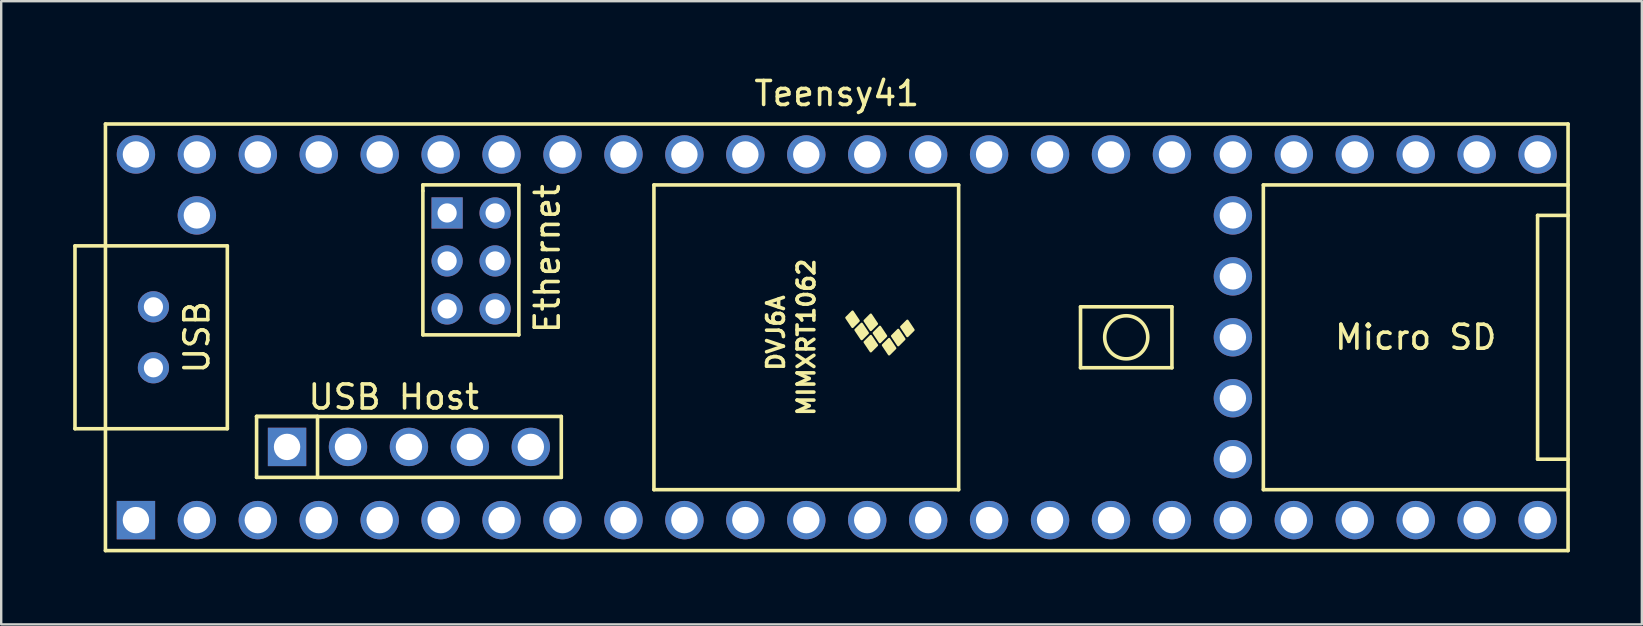
<source format=kicad_pcb>
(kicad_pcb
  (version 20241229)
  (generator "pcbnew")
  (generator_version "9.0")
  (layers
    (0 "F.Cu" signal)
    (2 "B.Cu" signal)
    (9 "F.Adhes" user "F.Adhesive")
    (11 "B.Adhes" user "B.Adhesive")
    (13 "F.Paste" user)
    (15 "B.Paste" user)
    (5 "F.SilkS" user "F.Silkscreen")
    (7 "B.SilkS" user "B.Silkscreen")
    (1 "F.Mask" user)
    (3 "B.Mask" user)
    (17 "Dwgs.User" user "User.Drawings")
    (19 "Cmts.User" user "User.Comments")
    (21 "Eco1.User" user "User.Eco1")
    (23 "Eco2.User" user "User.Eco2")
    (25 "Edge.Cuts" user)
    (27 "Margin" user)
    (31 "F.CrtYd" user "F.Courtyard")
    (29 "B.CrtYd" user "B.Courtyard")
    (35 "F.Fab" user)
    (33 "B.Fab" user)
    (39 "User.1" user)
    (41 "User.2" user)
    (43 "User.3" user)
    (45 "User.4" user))
  (footprint "Teensy41"
    (layer "F.Cu")
    (at 31.825 11.008)
    (property "Reference" "Teensy41" (at 0 -10.16 0) (layer "F.SilkS") (effects (font (size 1 1) (thickness 0.15))))
    (attr through_hole)
    (fp_line (start -31.75 -3.81) (end -30.48 -3.81) (stroke (width 0.15) (type solid)) (layer "F.SilkS"))
    (fp_line (start -31.75 3.81) (end -31.75 -3.81) (stroke (width 0.15) (type solid)) (layer "F.SilkS"))
    (fp_line (start -30.48 -8.89) (end 30.48 -8.89) (stroke (width 0.15) (type solid)) (layer "F.SilkS"))
    (fp_line (start -30.48 3.81) (end -31.75 3.81) (stroke (width 0.15) (type solid)) (layer "F.SilkS"))
    (fp_line (start -30.48 8.89) (end -30.48 -8.89) (stroke (width 0.15) (type solid)) (layer "F.SilkS"))
    (fp_line (start -25.4 -3.81) (end -30.48 -3.81) (stroke (width 0.15) (type solid)) (layer "F.SilkS"))
    (fp_line (start -25.4 3.81) (end -30.48 3.81) (stroke (width 0.15) (type solid)) (layer "F.SilkS"))
    (fp_line (start -25.4 3.81) (end -25.4 -3.81) (stroke (width 0.15) (type solid)) (layer "F.SilkS"))
    (fp_line (start -24.181 3.299) (end -21.641 3.299) (stroke (width 0.15) (type solid)) (layer "F.SilkS"))
    (fp_line (start -24.181 3.299) (end -11.481 3.299) (stroke (width 0.15) (type solid)) (layer "F.SilkS"))
    (fp_line (start -24.181 5.839) (end -24.181 3.299) (stroke (width 0.15) (type solid)) (layer "F.SilkS"))
    (fp_line (start -21.641 3.299) (end -21.641 5.839) (stroke (width 0.15) (type solid)) (layer "F.SilkS"))
    (fp_line (start -17.25 -6.352) (end -17.25 -6.102) (stroke (width 0.15) (type solid)) (layer "F.SilkS"))
    (fp_line (start -17.25 -6.102) (end -17.25 -0.102) (stroke (width 0.15) (type solid)) (layer "F.SilkS"))
    (fp_line (start -17.25 -0.102) (end -13.25 -0.102) (stroke (width 0.15) (type solid)) (layer "F.SilkS"))
    (fp_line (start -13.25 -6.352) (end -17.25 -6.352) (stroke (width 0.15) (type solid)) (layer "F.SilkS"))
    (fp_line (start -13.25 -0.102) (end -13.25 -6.352) (stroke (width 0.15) (type solid)) (layer "F.SilkS"))
    (fp_line (start -11.481 3.299) (end -11.481 5.839) (stroke (width 0.15) (type solid)) (layer "F.SilkS"))
    (fp_line (start -11.481 5.839) (end -24.181 5.839) (stroke (width 0.15) (type solid)) (layer "F.SilkS"))
    (fp_line (start -7.62 -6.35) (end -7.62 6.35) (stroke (width 0.15) (type solid)) (layer "F.SilkS"))
    (fp_line (start -7.62 6.35) (end 5.08 6.35) (stroke (width 0.15) (type solid)) (layer "F.SilkS"))
    (fp_line (start 5.08 -6.35) (end -7.62 -6.35) (stroke (width 0.15) (type solid)) (layer "F.SilkS"))
    (fp_line (start 5.08 6.35) (end 5.08 -6.35) (stroke (width 0.15) (type solid)) (layer "F.SilkS"))
    (fp_line (start 10.16 -1.27) (end 13.97 -1.27) (stroke (width 0.15) (type solid)) (layer "F.SilkS"))
    (fp_line (start 10.16 1.27) (end 10.16 -1.27) (stroke (width 0.15) (type solid)) (layer "F.SilkS"))
    (fp_line (start 13.97 -1.27) (end 13.97 1.27) (stroke (width 0.15) (type solid)) (layer "F.SilkS"))
    (fp_line (start 13.97 1.27) (end 10.16 1.27) (stroke (width 0.15) (type solid)) (layer "F.SilkS"))
    (fp_line (start 17.78 -6.35) (end 17.78 6.35) (stroke (width 0.15) (type solid)) (layer "F.SilkS"))
    (fp_line (start 17.78 6.35) (end 30.48 6.35) (stroke (width 0.15) (type solid)) (layer "F.SilkS"))
    (fp_line (start 29.21 -5.08) (end 29.21 5.08) (stroke (width 0.15) (type solid)) (layer "F.SilkS"))
    (fp_line (start 29.21 5.08) (end 30.48 5.08) (stroke (width 0.15) (type solid)) (layer "F.SilkS"))
    (fp_line (start 30.48 -8.89) (end 30.48 8.89) (stroke (width 0.15) (type solid)) (layer "F.SilkS"))
    (fp_line (start 30.48 -6.35) (end 17.78 -6.35) (stroke (width 0.15) (type solid)) (layer "F.SilkS"))
    (fp_line (start 30.48 -5.08) (end 29.21 -5.08) (stroke (width 0.15) (type solid)) (layer "F.SilkS"))
    (fp_line (start 30.48 8.89) (end -30.48 8.89) (stroke (width 0.15) (type solid)) (layer "F.SilkS"))
    (fp_circle (center 12.065 0) (end 12.7 -0.635) (stroke (width 0.15) (type solid)) (fill no) (layer "F.SilkS"))
    (fp_poly (pts (xy 0.911 -0.688) (xy 0.657 -0.434) (xy 0.403 -0.815) (xy 0.657 -1.069)) (stroke (width 0.1) (type solid)) (fill yes) (layer "F.SilkS"))
    (fp_poly (pts (xy 1.292 -0.18) (xy 1.038 0.074) (xy 0.784 -0.307) (xy 1.038 -0.561)) (stroke (width 0.1) (type solid)) (fill yes) (layer "F.SilkS"))
    (fp_poly (pts (xy 1.673 -0.561) (xy 1.419 -0.307) (xy 1.165 -0.688) (xy 1.419 -0.942)) (stroke (width 0.1) (type solid)) (fill yes) (layer "F.SilkS"))
    (fp_poly (pts (xy 1.673 0.328) (xy 1.419 0.582) (xy 1.165 0.201) (xy 1.419 -0.053)) (stroke (width 0.1) (type solid)) (fill yes) (layer "F.SilkS"))
    (fp_poly (pts (xy 2.054 -0.053) (xy 1.8 0.201) (xy 1.546 -0.18) (xy 1.8 -0.434)) (stroke (width 0.1) (type solid)) (fill yes) (layer "F.SilkS"))
    (fp_poly (pts (xy 2.435 0.455) (xy 2.181 0.709) (xy 1.927 0.328) (xy 2.181 0.074)) (stroke (width 0.1) (type solid)) (fill yes) (layer "F.SilkS"))
    (fp_poly (pts (xy 2.816 0.074) (xy 2.562 0.328) (xy 2.308 -0.053) (xy 2.562 -0.307)) (stroke (width 0.1) (type solid)) (fill yes) (layer "F.SilkS"))
    (fp_poly (pts (xy 3.197 -0.307) (xy 2.943 -0.053) (xy 2.689 -0.434) (xy 2.943 -0.688)) (stroke (width 0.1) (type solid)) (fill yes) (layer "F.SilkS"))
    (fp_text user "Ethernet" (at -12.065 -3.277 90) (layer "F.SilkS") (effects (font (size 1 1) (thickness 0.15))))
    (fp_text user "USB" (at -26.67 0 270) (layer "F.SilkS") (effects (font (size 1 1) (thickness 0.15))))
    (fp_text user "Micro SD" (at 24.13 0 0) (layer "F.SilkS") (effects (font (size 1 1) (thickness 0.15))))
    (fp_text user "USB Host" (at -18.466 2.489 0) (layer "F.SilkS") (effects (font (size 1 1) (thickness 0.15))))
    (fp_text user "DVJ6A" (at -2.54 -0.18 270) (layer "F.SilkS") (effects (font (size 0.7 0.7) (thickness 0.15))))
    (fp_text user "MIMXRT1062" (at -1.27 0 270) (layer "F.SilkS") (effects (font (size 0.7 0.7) (thickness 0.15))))
    (pad "1" thru_hole rect (at -29.21 7.62) (size 1.6 1.6) (drill 1.1) (layers "*.Cu" "*.Mask"))
    (pad "2" thru_hole circle (at -26.67 7.62) (size 1.6 1.6) (drill 1.1) (layers "*.Cu" "*.Mask"))
    (pad "3" thru_hole circle (at -24.13 7.62) (size 1.6 1.6) (drill 1.1) (layers "*.Cu" "*.Mask"))
    (pad "4" thru_hole circle (at -21.59 7.62) (size 1.6 1.6) (drill 1.1) (layers "*.Cu" "*.Mask"))
    (pad "5" thru_hole circle (at -19.05 7.62) (size 1.6 1.6) (drill 1.1) (layers "*.Cu" "*.Mask"))
    (pad "6" thru_hole circle (at -16.51 7.62) (size 1.6 1.6) (drill 1.1) (layers "*.Cu" "*.Mask"))
    (pad "7" thru_hole circle (at -13.97 7.62) (size 1.6 1.6) (drill 1.1) (layers "*.Cu" "*.Mask"))
    (pad "8" thru_hole circle (at -11.43 7.62) (size 1.6 1.6) (drill 1.1) (layers "*.Cu" "*.Mask"))
    (pad "9" thru_hole circle (at -8.89 7.62) (size 1.6 1.6) (drill 1.1) (layers "*.Cu" "*.Mask"))
    (pad "10" thru_hole circle (at -6.35 7.62) (size 1.6 1.6) (drill 1.1) (layers "*.Cu" "*.Mask"))
    (pad "11" thru_hole circle (at -3.81 7.62) (size 1.6 1.6) (drill 1.1) (layers "*.Cu" "*.Mask"))
    (pad "12" thru_hole circle (at -1.27 7.62) (size 1.6 1.6) (drill 1.1) (layers "*.Cu" "*.Mask"))
    (pad "13" thru_hole circle (at 1.27 7.62) (size 1.6 1.6) (drill 1.1) (layers "*.Cu" "*.Mask"))
    (pad "14" thru_hole circle (at 3.81 7.62) (size 1.6 1.6) (drill 1.1) (layers "*.Cu" "*.Mask"))
    (pad "15" thru_hole circle (at 6.35 7.62) (size 1.6 1.6) (drill 1.1) (layers "*.Cu" "*.Mask"))
    (pad "16" thru_hole circle (at 8.89 7.62) (size 1.6 1.6) (drill 1.1) (layers "*.Cu" "*.Mask"))
    (pad "17" thru_hole circle (at 11.43 7.62) (size 1.6 1.6) (drill 1.1) (layers "*.Cu" "*.Mask"))
    (pad "18" thru_hole circle (at 13.97 7.62) (size 1.6 1.6) (drill 1.1) (layers "*.Cu" "*.Mask"))
    (pad "19" thru_hole circle (at 16.51 7.62) (size 1.6 1.6) (drill 1.1) (layers "*.Cu" "*.Mask"))
    (pad "20" thru_hole circle (at 19.05 7.62) (size 1.6 1.6) (drill 1.1) (layers "*.Cu" "*.Mask"))
    (pad "21" thru_hole circle (at 21.59 7.62) (size 1.6 1.6) (drill 1.1) (layers "*.Cu" "*.Mask"))
    (pad "22" thru_hole circle (at 24.13 7.62) (size 1.6 1.6) (drill 1.1) (layers "*.Cu" "*.Mask"))
    (pad "23" thru_hole circle (at 26.67 7.62) (size 1.6 1.6) (drill 1.1) (layers "*.Cu" "*.Mask"))
    (pad "24" thru_hole circle (at 29.21 7.62) (size 1.6 1.6) (drill 1.1) (layers "*.Cu" "*.Mask"))
    (pad "25" thru_hole circle (at 29.21 -7.62) (size 1.6 1.6) (drill 1.1) (layers "*.Cu" "*.Mask"))
    (pad "26" thru_hole circle (at 26.67 -7.62) (size 1.6 1.6) (drill 1.1) (layers "*.Cu" "*.Mask"))
    (pad "27" thru_hole circle (at 24.13 -7.62) (size 1.6 1.6) (drill 1.1) (layers "*.Cu" "*.Mask"))
    (pad "28" thru_hole circle (at 21.59 -7.62) (size 1.6 1.6) (drill 1.1) (layers "*.Cu" "*.Mask"))
    (pad "29" thru_hole circle (at 19.05 -7.62) (size 1.6 1.6) (drill 1.1) (layers "*.Cu" "*.Mask"))
    (pad "30" thru_hole circle (at 16.51 -7.62) (size 1.6 1.6) (drill 1.1) (layers "*.Cu" "*.Mask"))
    (pad "31" thru_hole circle (at 13.97 -7.62) (size 1.6 1.6) (drill 1.1) (layers "*.Cu" "*.Mask"))
    (pad "32" thru_hole circle (at 11.43 -7.62) (size 1.6 1.6) (drill 1.1) (layers "*.Cu" "*.Mask"))
    (pad "33" thru_hole circle (at 8.89 -7.62) (size 1.6 1.6) (drill 1.1) (layers "*.Cu" "*.Mask"))
    (pad "34" thru_hole circle (at 6.35 -7.62) (size 1.6 1.6) (drill 1.1) (layers "*.Cu" "*.Mask"))
    (pad "35" thru_hole circle (at 3.81 -7.62) (size 1.6 1.6) (drill 1.1) (layers "*.Cu" "*.Mask"))
    (pad "36" thru_hole circle (at 1.27 -7.62) (size 1.6 1.6) (drill 1.1) (layers "*.Cu" "*.Mask"))
    (pad "37" thru_hole circle (at -1.27 -7.62) (size 1.6 1.6) (drill 1.1) (layers "*.Cu" "*.Mask"))
    (pad "38" thru_hole circle (at -3.81 -7.62) (size 1.6 1.6) (drill 1.1) (layers "*.Cu" "*.Mask"))
    (pad "39" thru_hole circle (at -6.35 -7.62) (size 1.6 1.6) (drill 1.1) (layers "*.Cu" "*.Mask"))
    (pad "40" thru_hole circle (at -8.89 -7.62) (size 1.6 1.6) (drill 1.1) (layers "*.Cu" "*.Mask"))
    (pad "41" thru_hole circle (at -11.43 -7.62) (size 1.6 1.6) (drill 1.1) (layers "*.Cu" "*.Mask"))
    (pad "42" thru_hole circle (at -13.97 -7.62) (size 1.6 1.6) (drill 1.1) (layers "*.Cu" "*.Mask"))
    (pad "43" thru_hole circle (at -16.51 -7.62) (size 1.6 1.6) (drill 1.1) (layers "*.Cu" "*.Mask"))
    (pad "44" thru_hole circle (at -19.05 -7.62) (size 1.6 1.6) (drill 1.1) (layers "*.Cu" "*.Mask"))
    (pad "45" thru_hole circle (at -21.59 -7.62) (size 1.6 1.6) (drill 1.1) (layers "*.Cu" "*.Mask"))
    (pad "46" thru_hole circle (at -24.13 -7.62) (size 1.6 1.6) (drill 1.1) (layers "*.Cu" "*.Mask"))
    (pad "47" thru_hole circle (at -26.67 -7.62) (size 1.6 1.6) (drill 1.1) (layers "*.Cu" "*.Mask"))
    (pad "48" thru_hole circle (at -29.21 -7.62) (size 1.6 1.6) (drill 1.1) (layers "*.Cu" "*.Mask"))
    (pad "49" thru_hole circle (at -26.67 -5.08) (size 1.6 1.6) (drill 1.1) (layers "*.Cu" "*.Mask"))
    (pad "50" thru_hole circle (at 16.51 5.08) (size 1.6 1.6) (drill 1.1) (layers "*.Cu" "*.Mask"))
    (pad "51" thru_hole circle (at 16.51 2.54) (size 1.6 1.6) (drill 1.1) (layers "*.Cu" "*.Mask"))
    (pad "52" thru_hole circle (at 16.51 0) (size 1.6 1.6) (drill 1.1) (layers "*.Cu" "*.Mask"))
    (pad "53" thru_hole circle (at 16.51 -2.54) (size 1.6 1.6) (drill 1.1) (layers "*.Cu" "*.Mask"))
    (pad "54" thru_hole circle (at 16.51 -5.08) (size 1.6 1.6) (drill 1.1) (layers "*.Cu" "*.Mask"))
    (pad "55" thru_hole rect (at -22.911 4.569) (size 1.6 1.6) (drill 1.1) (layers "*.Cu" "*.Mask"))
    (pad "56" thru_hole circle (at -20.371 4.569) (size 1.6 1.6) (drill 1.1) (layers "*.Cu" "*.Mask"))
    (pad "57" thru_hole circle (at -17.831 4.569) (size 1.6 1.6) (drill 1.1) (layers "*.Cu" "*.Mask"))
    (pad "58" thru_hole circle (at -15.291 4.569) (size 1.6 1.6) (drill 1.1) (layers "*.Cu" "*.Mask"))
    (pad "59" thru_hole circle (at -12.751 4.569) (size 1.6 1.6) (drill 1.1) (layers "*.Cu" "*.Mask"))
    (pad "60" thru_hole rect (at -16.24 -5.182) (size 1.3 1.3) (drill 0.8) (layers "*.Cu" "*.Mask"))
    (pad "61" thru_hole circle (at -16.24 -3.182) (size 1.3 1.3) (drill 0.8) (layers "*.Cu" "*.Mask"))
    (pad "62" thru_hole circle (at -16.24 -1.182) (size 1.3 1.3) (drill 0.8) (layers "*.Cu" "*.Mask"))
    (pad "63" thru_hole circle (at -14.24 -1.182) (size 1.3 1.3) (drill 0.8) (layers "*.Cu" "*.Mask"))
    (pad "64" thru_hole circle (at -14.24 -3.182) (size 1.3 1.3) (drill 0.8) (layers "*.Cu" "*.Mask"))
    (pad "65" thru_hole circle (at -14.24 -5.182) (size 1.3 1.3) (drill 0.8) (layers "*.Cu" "*.Mask"))
    (pad "66" thru_hole circle (at -28.48 -1.27) (size 1.3 1.3) (drill 0.8) (layers "*.Cu" "*.Mask"))
    (pad "67" thru_hole circle (at -28.48 1.27) (size 1.3 1.3) (drill 0.8) (layers "*.Cu" "*.Mask")))
  (gr_rect
    (start -3 -3)
    (end 65.38 22.973)
    (stroke (width 0.1) (type default))
    (fill no)
    (layer "Edge.Cuts")))
</source>
